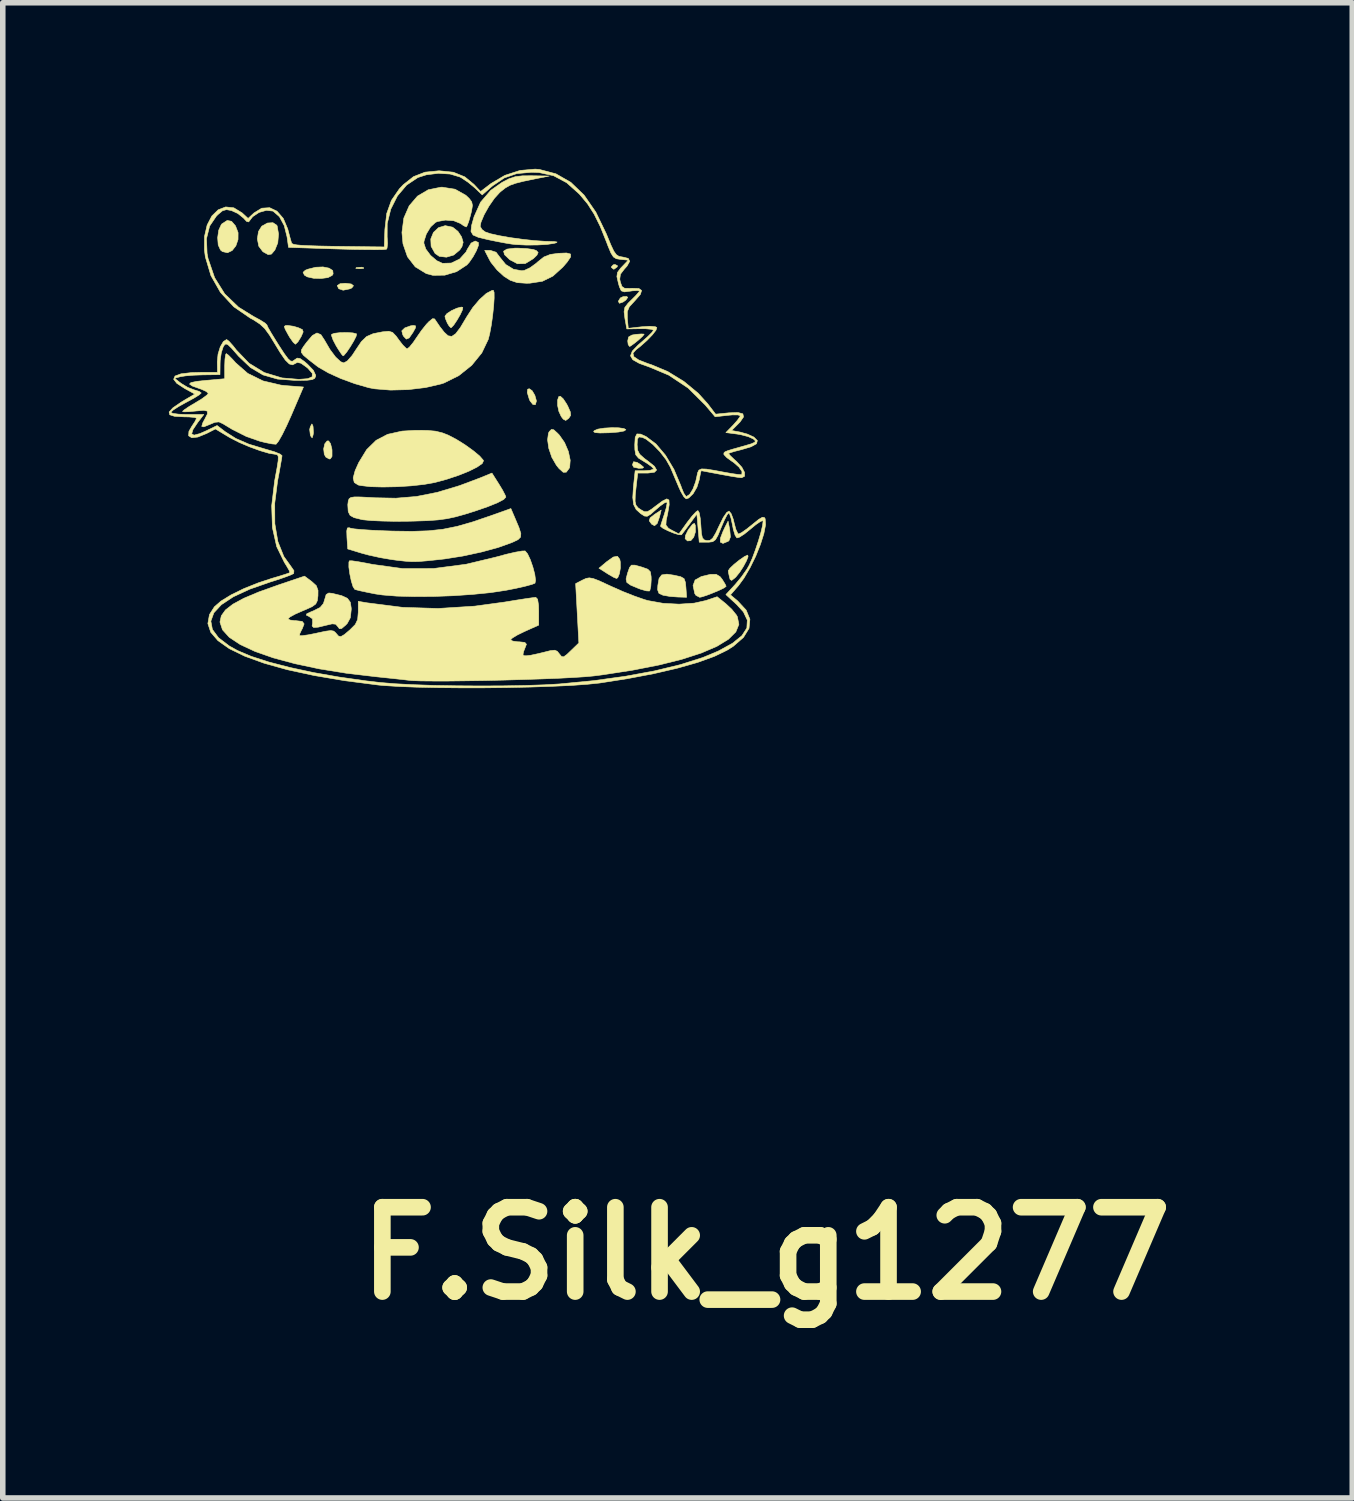
<source format=kicad_pcb>
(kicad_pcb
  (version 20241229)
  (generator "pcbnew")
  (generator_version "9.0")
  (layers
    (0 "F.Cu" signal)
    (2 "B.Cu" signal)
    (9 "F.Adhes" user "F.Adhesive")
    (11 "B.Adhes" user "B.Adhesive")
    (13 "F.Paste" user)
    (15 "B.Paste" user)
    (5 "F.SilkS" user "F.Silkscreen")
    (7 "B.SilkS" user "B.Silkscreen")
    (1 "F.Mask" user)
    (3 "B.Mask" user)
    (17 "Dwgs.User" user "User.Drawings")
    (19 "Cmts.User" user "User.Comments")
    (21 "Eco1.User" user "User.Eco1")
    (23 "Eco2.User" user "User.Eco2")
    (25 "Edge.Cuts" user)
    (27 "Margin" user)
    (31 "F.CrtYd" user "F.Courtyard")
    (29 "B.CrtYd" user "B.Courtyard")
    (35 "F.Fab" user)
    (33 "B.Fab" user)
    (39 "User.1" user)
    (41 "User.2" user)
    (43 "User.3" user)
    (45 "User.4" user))
  (footprint "F.Silk_g1277"
    (layer "F.Cu")
    (at 10.788 19.593)
    (property "Reference" "F.Silk_g1277" (at 0 0 0) (layer "F.SilkS") (effects (font (size 1.524 1.524) (thickness 0.3))))
    (attr through_hole)
    (fp_poly (pts (xy -7.27 -17.808) (xy -7.269 -17.794) (xy -7.335 -17.788) (xy -7.345 -17.788) (xy -7.41 -17.794) (xy -7.404 -17.807) (xy -7.397 -17.809) (xy -7.305 -17.816) (xy -7.27 -17.808)) (stroke (width 0.01) (type solid)) (fill yes) (layer "F.SilkS"))
    (fp_poly (pts (xy -2.684 -17.844) (xy -2.688 -17.822) (xy -2.742 -17.782) (xy -2.754 -17.78) (xy -2.793 -17.812) (xy -2.794 -17.822) (xy -2.76 -17.859) (xy -2.728 -17.865) (xy -2.684 -17.844)) (stroke (width 0.01) (type solid)) (fill yes) (layer "F.SilkS"))
    (fp_poly (pts (xy -2.329 -14.29) (xy -2.262 -14.247) (xy -2.21 -14.202) (xy -2.228 -14.186) (xy -2.297 -14.183) (xy -2.39 -14.202) (xy -2.413 -14.245) (xy -2.393 -14.302) (xy -2.329 -14.29)) (stroke (width 0.01) (type solid)) (fill yes) (layer "F.SilkS"))
    (fp_poly (pts (xy -7.493 -17.513) (xy -7.452 -17.481) (xy -7.483 -17.441) (xy -7.518 -17.425) (xy -7.639 -17.4) (xy -7.719 -17.427) (xy -7.746 -17.484) (xy -7.694 -17.518) (xy -7.599 -17.526) (xy -7.493 -17.513)) (stroke (width 0.01) (type solid)) (fill yes) (layer "F.SilkS"))
    (fp_poly (pts (xy -2.498 -17.27) (xy -2.531 -17.223) (xy -2.582 -17.187) (xy -2.648 -17.164) (xy -2.667 -17.197) (xy -2.667 -17.202) (xy -2.632 -17.26) (xy -2.582 -17.284) (xy -2.515 -17.287) (xy -2.498 -17.27)) (stroke (width 0.01) (type solid)) (fill yes) (layer "F.SilkS"))
    (fp_poly (pts (xy -1.923 -13.308) (xy -1.965 -13.187) (xy -2.013 -13.146) (xy -2.066 -13.174) (xy -2.11 -13.235) (xy -2.093 -13.288) (xy -2.007 -13.355) (xy -2.005 -13.356) (xy -1.893 -13.429) (xy -1.923 -13.308)) (stroke (width 0.01) (type solid)) (fill yes) (layer "F.SilkS"))
    (fp_poly (pts (xy -8.188 -14.958) (xy -8.182 -14.933) (xy -8.176 -14.825) (xy -8.182 -14.785) (xy -8.199 -14.733) (xy -8.221 -14.76) (xy -8.232 -14.785) (xy -8.244 -14.886) (xy -8.232 -14.933) (xy -8.204 -14.985) (xy -8.188 -14.958)) (stroke (width 0.01) (type solid)) (fill yes) (layer "F.SilkS"))
    (fp_poly (pts (xy -0.654 -13.066) (xy -0.643 -12.942) (xy -0.669 -12.876) (xy -0.682 -12.865) (xy -0.777 -12.826) (xy -0.826 -12.85) (xy -0.823 -12.922) (xy -0.78 -13.035) (xy -0.739 -13.123) (xy -0.685 -13.229) (xy -0.654 -13.066)) (stroke (width 0.01) (type solid)) (fill yes) (layer "F.SilkS"))
    (fp_poly (pts (xy -4.225 -15.585) (xy -4.176 -15.502) (xy -4.149 -15.407) (xy -4.149 -15.391) (xy -4.168 -15.331) (xy -4.212 -15.337) (xy -4.263 -15.401) (xy -4.277 -15.433) (xy -4.313 -15.553) (xy -4.306 -15.611) (xy -4.277 -15.621) (xy -4.225 -15.585)) (stroke (width 0.01) (type solid)) (fill yes) (layer "F.SilkS"))
    (fp_poly (pts (xy -1.277 -13.151) (xy -1.275 -13.034) (xy -1.306 -12.937) (xy -1.358 -12.877) (xy -1.418 -12.871) (xy -1.461 -12.912) (xy -1.455 -12.97) (xy -1.409 -13.063) (xy -1.39 -13.091) (xy -1.326 -13.173) (xy -1.292 -13.188) (xy -1.277 -13.151)) (stroke (width 0.01) (type solid)) (fill yes) (layer "F.SilkS"))
    (fp_poly (pts (xy -7.867 -14.629) (xy -7.842 -14.53) (xy -7.84 -14.506) (xy -7.84 -14.398) (xy -7.87 -14.354) (xy -7.89 -14.351) (xy -7.952 -14.386) (xy -7.98 -14.436) (xy -7.991 -14.535) (xy -7.971 -14.625) (xy -7.929 -14.677) (xy -7.902 -14.678) (xy -7.867 -14.629)) (stroke (width 0.01) (type solid)) (fill yes) (layer "F.SilkS"))
    (fp_poly (pts (xy -6.33 -16.756) (xy -6.333 -16.719) (xy -6.378 -16.637) (xy -6.446 -16.539) (xy -6.498 -16.517) (xy -6.547 -16.568) (xy -6.561 -16.593) (xy -6.58 -16.666) (xy -6.528 -16.717) (xy -6.523 -16.72) (xy -6.424 -16.756) (xy -6.372 -16.764) (xy -6.33 -16.756)) (stroke (width 0.01) (type solid)) (fill yes) (layer "F.SilkS"))
    (fp_poly (pts (xy -2.642 -12.54) (xy -2.632 -12.491) (xy -2.63 -12.385) (xy -2.648 -12.28) (xy -2.678 -12.207) (xy -2.7 -12.193) (xy -2.752 -12.214) (xy -2.844 -12.267) (xy -2.874 -12.286) (xy -3.018 -12.378) (xy -2.876 -12.497) (xy -2.759 -12.58) (xy -2.684 -12.594) (xy -2.642 -12.54)) (stroke (width 0.01) (type solid)) (fill yes) (layer "F.SilkS"))
    (fp_poly (pts (xy -2.203 -16.607) (xy -2.201 -16.605) (xy -2.231 -16.567) (xy -2.301 -16.503) (xy -2.383 -16.437) (xy -2.448 -16.391) (xy -2.466 -16.384) (xy -2.49 -16.419) (xy -2.498 -16.484) (xy -2.483 -16.555) (xy -2.423 -16.59) (xy -2.349 -16.603) (xy -2.252 -16.61) (xy -2.203 -16.607)) (stroke (width 0.01) (type solid)) (fill yes) (layer "F.SilkS"))
    (fp_poly (pts (xy -7.894 -17.799) (xy -7.827 -17.756) (xy -7.82 -17.695) (xy -7.838 -17.667) (xy -7.914 -17.628) (xy -8.038 -17.612) (xy -8.174 -17.616) (xy -8.289 -17.642) (xy -8.339 -17.673) (xy -8.363 -17.724) (xy -8.322 -17.761) (xy -8.278 -17.779) (xy -8.136 -17.815) (xy -8.003 -17.821) (xy -7.894 -17.799)) (stroke (width 0.01) (type solid)) (fill yes) (layer "F.SilkS"))
    (fp_poly (pts (xy -4.327 -18.153) (xy -4.205 -18.136) (xy -4.149 -18.117) (xy -4.116 -18.081) (xy -4.139 -18.033) (xy -4.204 -17.97) (xy -4.348 -17.882) (xy -4.49 -17.878) (xy -4.63 -17.952) (xy -4.724 -18.042) (xy -4.741 -18.105) (xy -4.68 -18.143) (xy -4.539 -18.16) (xy -4.477 -18.16) (xy -4.327 -18.153)) (stroke (width 0.01) (type solid)) (fill yes) (layer "F.SilkS"))
    (fp_poly (pts (xy -2.661 -14.915) (xy -2.565 -14.901) (xy -2.531 -14.88) (xy -2.564 -14.857) (xy -2.666 -14.838) (xy -2.822 -14.826) (xy -2.836 -14.825) (xy -2.999 -14.821) (xy -3.088 -14.828) (xy -3.114 -14.845) (xy -3.103 -14.863) (xy -3.038 -14.891) (xy -2.924 -14.909) (xy -2.79 -14.917) (xy -2.661 -14.915)) (stroke (width 0.01) (type solid)) (fill yes) (layer "F.SilkS"))
    (fp_poly (pts (xy -9.655 -18.645) (xy -9.584 -18.563) (xy -9.537 -18.441) (xy -9.538 -18.316) (xy -9.577 -18.202) (xy -9.644 -18.117) (xy -9.728 -18.077) (xy -9.82 -18.098) (xy -9.855 -18.127) (xy -9.896 -18.217) (xy -9.906 -18.349) (xy -9.887 -18.484) (xy -9.841 -18.585) (xy -9.829 -18.599) (xy -9.733 -18.661) (xy -9.655 -18.645)) (stroke (width 0.01) (type solid)) (fill yes) (layer "F.SilkS"))
    (fp_poly (pts (xy -5.661 -18.539) (xy -5.565 -18.463) (xy -5.5 -18.364) (xy -5.471 -18.266) (xy -5.493 -18.186) (xy -5.533 -18.127) (xy -5.641 -18.036) (xy -5.773 -17.997) (xy -5.902 -18.012) (xy -5.978 -18.064) (xy -6.05 -18.193) (xy -6.056 -18.326) (xy -6.008 -18.444) (xy -5.917 -18.53) (xy -5.795 -18.567) (xy -5.661 -18.539)) (stroke (width 0.01) (type solid)) (fill yes) (layer "F.SilkS"))
    (fp_poly (pts (xy -5.477 -17.09) (xy -5.484 -17.045) (xy -5.524 -16.959) (xy -5.582 -16.859) (xy -5.641 -16.771) (xy -5.686 -16.724) (xy -5.693 -16.722) (xy -5.725 -16.754) (xy -5.756 -16.804) (xy -5.792 -16.89) (xy -5.8 -16.931) (xy -5.765 -16.977) (xy -5.684 -17.03) (xy -5.586 -17.075) (xy -5.505 -17.096) (xy -5.477 -17.09)) (stroke (width 0.01) (type solid)) (fill yes) (layer "F.SilkS"))
    (fp_poly (pts (xy -3.664 -15.439) (xy -3.602 -15.345) (xy -3.582 -15.308) (xy -3.535 -15.202) (xy -3.529 -15.139) (xy -3.561 -15.09) (xy -3.567 -15.084) (xy -3.618 -15.047) (xy -3.663 -15.071) (xy -3.699 -15.118) (xy -3.742 -15.211) (xy -3.765 -15.319) (xy -3.765 -15.416) (xy -3.744 -15.478) (xy -3.715 -15.485) (xy -3.664 -15.439)) (stroke (width 0.01) (type solid)) (fill yes) (layer "F.SilkS"))
    (fp_poly (pts (xy -8.838 -18.574) (xy -8.831 -18.56) (xy -8.806 -18.415) (xy -8.82 -18.256) (xy -8.871 -18.129) (xy -8.871 -18.128) (xy -8.934 -18.053) (xy -8.993 -18.043) (xy -9.08 -18.091) (xy -9.092 -18.1) (xy -9.163 -18.195) (xy -9.189 -18.328) (xy -9.168 -18.463) (xy -9.109 -18.557) (xy -9.007 -18.614) (xy -8.907 -18.62) (xy -8.838 -18.574)) (stroke (width 0.01) (type solid)) (fill yes) (layer "F.SilkS"))
    (fp_poly (pts (xy -8.537 -16.749) (xy -8.447 -16.722) (xy -8.375 -16.689) (xy -8.361 -16.647) (xy -8.396 -16.566) (xy -8.403 -16.553) (xy -8.456 -16.467) (xy -8.499 -16.426) (xy -8.502 -16.425) (xy -8.541 -16.459) (xy -8.601 -16.544) (xy -8.631 -16.595) (xy -8.687 -16.698) (xy -8.702 -16.747) (xy -8.677 -16.763) (xy -8.641 -16.764) (xy -8.537 -16.749)) (stroke (width 0.01) (type solid)) (fill yes) (layer "F.SilkS"))
    (fp_poly (pts (xy -1.663 -12.252) (xy -1.542 -12.225) (xy -1.48 -12.19) (xy -1.456 -12.123) (xy -1.447 -12.033) (xy -1.434 -11.853) (xy -1.596 -11.858) (xy -1.734 -11.868) (xy -1.854 -11.889) (xy -1.863 -11.891) (xy -1.934 -11.924) (xy -1.958 -11.987) (xy -1.954 -12.067) (xy -1.932 -12.193) (xy -1.884 -12.257) (xy -1.79 -12.271) (xy -1.663 -12.252)) (stroke (width 0.01) (type solid)) (fill yes) (layer "F.SilkS"))
    (fp_poly (pts (xy -0.324 -12.585) (xy -0.355 -12.508) (xy -0.41 -12.406) (xy -0.477 -12.303) (xy -0.544 -12.22) (xy -0.561 -12.204) (xy -0.62 -12.158) (xy -0.648 -12.174) (xy -0.66 -12.216) (xy -0.678 -12.3) (xy -0.682 -12.332) (xy -0.651 -12.378) (xy -0.575 -12.45) (xy -0.479 -12.527) (xy -0.389 -12.589) (xy -0.331 -12.615) (xy -0.33 -12.615) (xy -0.324 -12.585)) (stroke (width 0.01) (type solid)) (fill yes) (layer "F.SilkS"))
    (fp_poly (pts (xy -7.462 -16.629) (xy -7.398 -16.612) (xy -7.396 -16.61) (xy -7.405 -16.567) (xy -7.448 -16.482) (xy -7.51 -16.379) (xy -7.574 -16.284) (xy -7.625 -16.223) (xy -7.641 -16.214) (xy -7.67 -16.247) (xy -7.726 -16.331) (xy -7.763 -16.391) (xy -7.821 -16.501) (xy -7.849 -16.581) (xy -7.848 -16.603) (xy -7.797 -16.622) (xy -7.693 -16.634) (xy -7.571 -16.636) (xy -7.462 -16.629)) (stroke (width 0.01) (type solid)) (fill yes) (layer "F.SilkS"))
    (fp_poly (pts (xy -3.834 -14.879) (xy -3.767 -14.818) (xy -3.735 -14.785) (xy -3.639 -14.648) (xy -3.57 -14.487) (xy -3.537 -14.329) (xy -3.547 -14.202) (xy -3.557 -14.181) (xy -3.608 -14.113) (xy -3.663 -14.111) (xy -3.738 -14.178) (xy -3.787 -14.239) (xy -3.869 -14.381) (xy -3.924 -14.543) (xy -3.946 -14.698) (xy -3.93 -14.819) (xy -3.915 -14.847) (xy -3.876 -14.886) (xy -3.834 -14.879)) (stroke (width 0.01) (type solid)) (fill yes) (layer "F.SilkS"))
    (fp_poly (pts (xy -0.899 -12.267) (xy -0.83 -12.226) (xy -0.788 -12.172) (xy -0.739 -12.092) (xy -0.72 -12.051) (xy -0.755 -12.024) (xy -0.845 -11.98) (xy -0.961 -11.931) (xy -1.078 -11.886) (xy -1.169 -11.858) (xy -1.199 -11.853) (xy -1.266 -11.888) (xy -1.287 -11.92) (xy -1.318 -12.065) (xy -1.281 -12.165) (xy -1.17 -12.227) (xy -1.154 -12.232) (xy -0.999 -12.268) (xy -0.899 -12.267)) (stroke (width 0.01) (type solid)) (fill yes) (layer "F.SilkS"))
    (fp_poly (pts (xy -2.254 -12.402) (xy -2.238 -12.397) (xy -2.135 -12.36) (xy -2.088 -12.312) (xy -2.075 -12.223) (xy -2.074 -12.167) (xy -2.081 -12.051) (xy -2.098 -11.977) (xy -2.106 -11.966) (xy -2.161 -11.969) (xy -2.264 -11.998) (xy -2.314 -12.017) (xy -2.447 -12.073) (xy -2.514 -12.121) (xy -2.528 -12.183) (xy -2.504 -12.278) (xy -2.499 -12.295) (xy -2.465 -12.391) (xy -2.431 -12.434) (xy -2.369 -12.434) (xy -2.254 -12.402)) (stroke (width 0.01) (type solid)) (fill yes) (layer "F.SilkS"))
    (fp_poly (pts (xy -4.876 -18.086) (xy -4.805 -17.992) (xy -4.702 -17.865) (xy -4.562 -17.779) (xy -4.414 -17.752) (xy -4.366 -17.758) (xy -4.265 -17.805) (xy -4.15 -17.888) (xy -4.118 -17.917) (xy -4.012 -18.001) (xy -3.896 -18.047) (xy -3.748 -18.067) (xy -3.603 -18.073) (xy -3.531 -18.054) (xy -3.529 -18.002) (xy -3.593 -17.907) (xy -3.672 -17.816) (xy -3.85 -17.655) (xy -4.039 -17.562) (xy -4.267 -17.527) (xy -4.331 -17.526) (xy -4.494 -17.537) (xy -4.621 -17.58) (xy -4.734 -17.652) (xy -4.859 -17.766) (xy -4.967 -17.901) (xy -4.995 -17.949) (xy -5.082 -18.119) (xy -4.976 -18.119) (xy -4.876 -18.086)) (stroke (width 0.01) (type solid)) (fill yes) (layer "F.SilkS"))
    (fp_poly (pts (xy -7.836 -11.924) (xy -7.665 -11.882) (xy -7.561 -11.833) (xy -7.509 -11.763) (xy -7.493 -11.657) (xy -7.493 -11.629) (xy -7.509 -11.483) (xy -7.565 -11.38) (xy -7.595 -11.349) (xy -7.667 -11.288) (xy -7.707 -11.285) (xy -7.736 -11.324) (xy -7.774 -11.367) (xy -7.838 -11.373) (xy -7.941 -11.349) (xy -8.09 -11.313) (xy -8.172 -11.307) (xy -8.2 -11.335) (xy -8.191 -11.388) (xy -8.193 -11.464) (xy -8.256 -11.507) (xy -8.305 -11.531) (xy -8.296 -11.555) (xy -8.219 -11.591) (xy -8.174 -11.609) (xy -8.055 -11.669) (xy -7.995 -11.741) (xy -7.973 -11.812) (xy -7.946 -11.903) (xy -7.898 -11.931) (xy -7.836 -11.924)) (stroke (width 0.01) (type solid)) (fill yes) (layer "F.SilkS"))
    (fp_poly (pts (xy -6.126 -14.868) (xy -5.971 -14.854) (xy -5.845 -14.823) (xy -5.74 -14.782) (xy -5.593 -14.705) (xy -5.436 -14.607) (xy -5.29 -14.502) (xy -5.173 -14.405) (xy -5.108 -14.33) (xy -5.103 -14.32) (xy -5.126 -14.27) (xy -5.218 -14.206) (xy -5.363 -14.133) (xy -5.549 -14.058) (xy -5.761 -13.987) (xy -5.981 -13.927) (xy -6.176 -13.892) (xy -6.413 -13.866) (xy -6.67 -13.85) (xy -6.922 -13.845) (xy -7.146 -13.851) (xy -7.318 -13.871) (xy -7.366 -13.881) (xy -7.438 -13.926) (xy -7.458 -14.009) (xy -7.423 -14.14) (xy -7.357 -14.287) (xy -7.214 -14.521) (xy -7.044 -14.688) (xy -6.836 -14.797) (xy -6.575 -14.855) (xy -6.336 -14.869) (xy -6.126 -14.868)) (stroke (width 0.01) (type solid)) (fill yes) (layer "F.SilkS"))
    (fp_poly (pts (xy -4.825 -13.898) (xy -4.755 -13.782) (xy -4.71 -13.694) (xy -4.699 -13.663) (xy -4.739 -13.62) (xy -4.851 -13.561) (xy -5.027 -13.49) (xy -5.258 -13.41) (xy -5.44 -13.353) (xy -5.609 -13.306) (xy -5.762 -13.273) (xy -5.924 -13.251) (xy -6.117 -13.237) (xy -6.363 -13.229) (xy -6.456 -13.227) (xy -6.7 -13.225) (xy -6.933 -13.23) (xy -7.133 -13.239) (xy -7.278 -13.253) (xy -7.309 -13.259) (xy -7.442 -13.292) (xy -7.513 -13.332) (xy -7.544 -13.393) (xy -7.548 -13.408) (xy -7.555 -13.525) (xy -7.546 -13.596) (xy -7.531 -13.633) (xy -7.499 -13.656) (xy -7.435 -13.666) (xy -7.324 -13.665) (xy -7.148 -13.656) (xy -7.074 -13.651) (xy -6.686 -13.643) (xy -6.315 -13.674) (xy -5.938 -13.749) (xy -5.536 -13.87) (xy -5.174 -14.006) (xy -4.951 -14.097) (xy -4.825 -13.898)) (stroke (width 0.01) (type solid)) (fill yes) (layer "F.SilkS"))
    (fp_poly (pts (xy -4.533 -13.279) (xy -4.463 -13.113) (xy -4.429 -13.006) (xy -4.434 -12.94) (xy -4.48 -12.894) (xy -4.57 -12.851) (xy -4.603 -12.837) (xy -4.844 -12.751) (xy -5.143 -12.67) (xy -5.472 -12.599) (xy -5.804 -12.546) (xy -5.927 -12.532) (xy -6.132 -12.511) (xy -6.28 -12.499) (xy -6.4 -12.497) (xy -6.519 -12.505) (xy -6.664 -12.521) (xy -6.773 -12.536) (xy -6.972 -12.57) (xy -7.185 -12.617) (xy -7.303 -12.649) (xy -7.556 -12.726) (xy -7.57 -12.93) (xy -7.574 -13.051) (xy -7.563 -13.105) (xy -7.53 -13.11) (xy -7.506 -13.101) (xy -7.439 -13.089) (xy -7.304 -13.076) (xy -7.116 -13.064) (xy -6.893 -13.054) (xy -6.745 -13.049) (xy -6.393 -13.044) (xy -6.099 -13.054) (xy -5.837 -13.082) (xy -5.581 -13.134) (xy -5.305 -13.213) (xy -5.003 -13.316) (xy -4.609 -13.456) (xy -4.533 -13.279)) (stroke (width 0.01) (type solid)) (fill yes) (layer "F.SilkS"))
    (fp_poly (pts (xy -4.308 -12.639) (xy -4.258 -12.533) (xy -4.212 -12.401) (xy -4.177 -12.268) (xy -4.163 -12.161) (xy -4.173 -12.108) (xy -4.228 -12.086) (xy -4.349 -12.053) (xy -4.516 -12.015) (xy -4.699 -11.979) (xy -4.977 -11.937) (xy -5.301 -11.905) (xy -5.652 -11.881) (xy -6.01 -11.868) (xy -6.355 -11.866) (xy -6.669 -11.874) (xy -6.93 -11.895) (xy -7.061 -11.914) (xy -7.22 -11.946) (xy -7.35 -11.974) (xy -7.425 -11.994) (xy -7.428 -11.995) (xy -7.46 -12.044) (xy -7.492 -12.147) (xy -7.519 -12.276) (xy -7.536 -12.399) (xy -7.535 -12.488) (xy -7.526 -12.512) (xy -7.479 -12.512) (xy -7.369 -12.496) (xy -7.213 -12.468) (xy -7.108 -12.447) (xy -6.567 -12.372) (xy -6.005 -12.373) (xy -5.417 -12.45) (xy -4.884 -12.578) (xy -4.692 -12.63) (xy -4.527 -12.668) (xy -4.407 -12.689) (xy -4.352 -12.69) (xy -4.308 -12.639)) (stroke (width 0.01) (type solid)) (fill yes) (layer "F.SilkS"))
    (fp_poly (pts (xy -3.916 -19.463) (xy -4.17 -19.412) (xy -4.378 -19.369) (xy -4.524 -19.332) (xy -4.627 -19.295) (xy -4.709 -19.248) (xy -4.789 -19.185) (xy -4.811 -19.166) (xy -4.907 -19.06) (xy -5.006 -18.917) (xy -5.092 -18.764) (xy -5.149 -18.628) (xy -5.164 -18.554) (xy -5.131 -18.497) (xy -5.072 -18.453) (xy -4.978 -18.421) (xy -4.821 -18.386) (xy -4.623 -18.351) (xy -4.405 -18.321) (xy -4.189 -18.297) (xy -3.997 -18.284) (xy -3.958 -18.283) (xy -3.827 -18.279) (xy -3.774 -18.271) (xy -3.791 -18.257) (xy -3.831 -18.246) (xy -3.958 -18.227) (xy -4.136 -18.217) (xy -4.335 -18.216) (xy -4.521 -18.225) (xy -4.593 -18.233) (xy -4.698 -18.25) (xy -4.853 -18.279) (xy -5.024 -18.314) (xy -5.027 -18.315) (xy -5.195 -18.355) (xy -5.292 -18.397) (xy -5.33 -18.462) (xy -5.319 -18.569) (xy -5.274 -18.728) (xy -5.156 -18.991) (xy -4.972 -19.205) (xy -4.77 -19.347) (xy -4.642 -19.414) (xy -4.529 -19.451) (xy -4.398 -19.467) (xy -4.233 -19.468) (xy -3.916 -19.463)) (stroke (width 0.01) (type solid)) (fill yes) (layer "F.SilkS"))
    (fp_poly (pts (xy -5.616 -19.224) (xy -5.422 -19.115) (xy -5.361 -19.057) (xy -5.317 -18.997) (xy -5.303 -18.932) (xy -5.319 -18.832) (xy -5.338 -18.756) (xy -5.372 -18.636) (xy -5.403 -18.559) (xy -5.416 -18.543) (xy -5.465 -18.567) (xy -5.522 -18.607) (xy -5.64 -18.655) (xy -5.792 -18.667) (xy -5.936 -18.641) (xy -5.971 -18.625) (xy -6.059 -18.544) (xy -6.136 -18.417) (xy -6.178 -18.286) (xy -6.181 -18.251) (xy -6.146 -18.144) (xy -6.06 -18.029) (xy -5.947 -17.933) (xy -5.844 -17.886) (xy -5.685 -17.891) (xy -5.534 -17.964) (xy -5.419 -18.091) (xy -5.394 -18.143) (xy -5.327 -18.252) (xy -5.253 -18.289) (xy -5.195 -18.262) (xy -5.195 -18.209) (xy -5.232 -18.114) (xy -5.292 -18.004) (xy -5.362 -17.903) (xy -5.405 -17.856) (xy -5.589 -17.736) (xy -5.803 -17.672) (xy -6.017 -17.669) (xy -6.138 -17.701) (xy -6.336 -17.822) (xy -6.477 -18.004) (xy -6.558 -18.238) (xy -6.577 -18.444) (xy -6.543 -18.703) (xy -6.446 -18.925) (xy -6.296 -19.1) (xy -6.102 -19.215) (xy -5.874 -19.261) (xy -5.851 -19.262) (xy -5.616 -19.224)) (stroke (width 0.01) (type solid)) (fill yes) (layer "F.SilkS"))
    (fp_poly (pts (xy -9.71 -16.226) (xy -9.636 -16.151) (xy -9.581 -16.089) (xy -9.363 -15.898) (xy -9.087 -15.762) (xy -8.764 -15.686) (xy -8.669 -15.676) (xy -8.356 -15.652) (xy -8.576 -15.139) (xy -8.662 -14.948) (xy -8.741 -14.788) (xy -8.806 -14.674) (xy -8.849 -14.62) (xy -8.854 -14.618) (xy -8.924 -14.624) (xy -9.045 -14.648) (xy -9.142 -14.672) (xy -9.384 -14.756) (xy -9.639 -14.884) (xy -9.809 -14.987) (xy -9.882 -15.021) (xy -9.957 -15.014) (xy -10.052 -14.974) (xy -10.156 -14.932) (xy -10.194 -14.94) (xy -10.174 -15.006) (xy -10.139 -15.071) (xy -10.091 -15.165) (xy -10.093 -15.216) (xy -10.156 -15.23) (xy -10.289 -15.219) (xy -10.308 -15.217) (xy -10.435 -15.205) (xy -10.52 -15.204) (xy -10.541 -15.211) (xy -10.507 -15.242) (xy -10.419 -15.301) (xy -10.308 -15.367) (xy -10.187 -15.441) (xy -10.103 -15.503) (xy -10.075 -15.536) (xy -10.112 -15.571) (xy -10.202 -15.612) (xy -10.234 -15.623) (xy -10.363 -15.669) (xy -10.415 -15.705) (xy -10.388 -15.732) (xy -10.281 -15.754) (xy -10.123 -15.771) (xy -9.779 -15.801) (xy -9.779 -16.029) (xy -9.774 -16.154) (xy -9.762 -16.237) (xy -9.751 -16.256) (xy -9.71 -16.226)) (stroke (width 0.01) (type solid)) (fill yes) (layer "F.SilkS"))
    (fp_poly (pts (xy -4.912 -17.361) (xy -4.911 -17.259) (xy -4.92 -17.114) (xy -4.938 -16.945) (xy -4.962 -16.772) (xy -4.991 -16.616) (xy -5.017 -16.513) (xy -5.134 -16.268) (xy -5.317 -16.043) (xy -5.55 -15.857) (xy -5.815 -15.725) (xy -5.866 -15.708) (xy -6.15 -15.642) (xy -6.466 -15.604) (xy -6.784 -15.596) (xy -7.069 -15.619) (xy -7.176 -15.639) (xy -7.426 -15.711) (xy -7.678 -15.803) (xy -7.907 -15.907) (xy -8.085 -16.01) (xy -8.123 -16.038) (xy -8.268 -16.151) (xy -8.356 -16.225) (xy -8.395 -16.278) (xy -8.391 -16.326) (xy -8.352 -16.388) (xy -8.299 -16.459) (xy -8.195 -16.582) (xy -8.112 -16.628) (xy -8.041 -16.598) (xy -7.976 -16.499) (xy -7.877 -16.329) (xy -7.775 -16.193) (xy -7.683 -16.108) (xy -7.627 -16.087) (xy -7.563 -16.123) (xy -7.477 -16.221) (xy -7.41 -16.323) (xy -7.31 -16.472) (xy -7.216 -16.563) (xy -7.097 -16.615) (xy -6.925 -16.649) (xy -6.921 -16.649) (xy -6.815 -16.659) (xy -6.746 -16.638) (xy -6.681 -16.57) (xy -6.636 -16.507) (xy -6.561 -16.41) (xy -6.5 -16.35) (xy -6.482 -16.341) (xy -6.44 -16.374) (xy -6.371 -16.459) (xy -6.312 -16.546) (xy -6.222 -16.676) (xy -6.134 -16.786) (xy -6.09 -16.832) (xy -6.024 -16.886) (xy -5.987 -16.882) (xy -5.953 -16.832) (xy -5.892 -16.742) (xy -5.813 -16.641) (xy -5.743 -16.577) (xy -5.677 -16.566) (xy -5.606 -16.614) (xy -5.52 -16.728) (xy -5.41 -16.913) (xy -5.409 -16.915) (xy -5.298 -17.086) (xy -5.174 -17.233) (xy -5.053 -17.342) (xy -4.95 -17.396) (xy -4.926 -17.399) (xy -4.912 -17.361)) (stroke (width 0.01) (type solid)) (fill yes) (layer "F.SilkS"))
    (fp_poly (pts (xy -8.209 -12.14) (xy -8.124 -12.063) (xy -8.093 -11.978) (xy -8.094 -11.881) (xy -8.105 -11.792) (xy -8.134 -11.732) (xy -8.199 -11.684) (xy -8.318 -11.63) (xy -8.371 -11.608) (xy -8.505 -11.549) (xy -8.6 -11.497) (xy -8.636 -11.465) (xy -8.636 -11.465) (xy -8.599 -11.442) (xy -8.507 -11.43) (xy -8.488 -11.43) (xy -8.378 -11.417) (xy -8.344 -11.372) (xy -8.379 -11.282) (xy -8.391 -11.262) (xy -8.424 -11.191) (xy -8.423 -11.16) (xy -8.375 -11.16) (xy -8.267 -11.175) (xy -8.122 -11.204) (xy -8.111 -11.207) (xy -7.956 -11.24) (xy -7.862 -11.252) (xy -7.809 -11.242) (xy -7.774 -11.212) (xy -7.767 -11.203) (xy -7.723 -11.152) (xy -7.68 -11.143) (xy -7.616 -11.18) (xy -7.516 -11.265) (xy -7.42 -11.361) (xy -7.377 -11.452) (xy -7.366 -11.58) (xy -7.366 -11.588) (xy -7.366 -11.78) (xy -7.207 -11.753) (xy -6.564 -11.671) (xy -5.923 -11.651) (xy -5.262 -11.693) (xy -4.72 -11.767) (xy -4.519 -11.8) (xy -4.346 -11.827) (xy -4.22 -11.845) (xy -4.159 -11.852) (xy -4.159 -11.852) (xy -4.126 -11.818) (xy -4.109 -11.709) (xy -4.106 -11.602) (xy -4.106 -11.35) (xy -4.36 -11.236) (xy -4.49 -11.173) (xy -4.581 -11.118) (xy -4.614 -11.086) (xy -4.577 -11.062) (xy -4.485 -11.049) (xy -4.462 -11.049) (xy -4.357 -11.038) (xy -4.328 -11.005) (xy -4.331 -10.996) (xy -4.377 -10.878) (xy -4.391 -10.819) (xy -4.374 -10.798) (xy -4.333 -10.796) (xy -4.249 -10.806) (xy -4.119 -10.834) (xy -4.024 -10.857) (xy -3.892 -10.89) (xy -3.816 -10.897) (xy -3.77 -10.877) (xy -3.734 -10.832) (xy -3.694 -10.783) (xy -3.656 -10.777) (xy -3.597 -10.82) (xy -3.527 -10.887) (xy -3.381 -11.028) (xy -3.41 -11.564) (xy -3.439 -12.1) (xy -3.311 -12.166) (xy -3.25 -12.194) (xy -3.193 -12.204) (xy -3.122 -12.192) (xy -3.019 -12.153) (xy -2.865 -12.082) (xy -2.787 -12.046) (xy -2.586 -11.957) (xy -2.378 -11.875) (xy -2.198 -11.812) (xy -2.132 -11.793) (xy -1.859 -11.744) (xy -1.57 -11.729) (xy -1.298 -11.747) (xy -1.084 -11.795) (xy -0.883 -11.863) (xy -0.727 -11.738) (xy -0.619 -11.637) (xy -0.535 -11.533) (xy -0.517 -11.501) (xy -0.49 -11.363) (xy -0.545 -11.227) (xy -0.679 -11.094) (xy -0.887 -10.967) (xy -1.169 -10.846) (xy -1.519 -10.733) (xy -1.936 -10.629) (xy -2.416 -10.535) (xy -2.955 -10.452) (xy -3.111 -10.432) (xy -3.262 -10.418) (xy -3.478 -10.404) (xy -3.747 -10.39) (xy -4.054 -10.378) (xy -4.388 -10.367) (xy -4.736 -10.357) (xy -5.085 -10.349) (xy -5.422 -10.344) (xy -5.733 -10.34) (xy -6.008 -10.34) (xy -6.231 -10.342) (xy -6.392 -10.348) (xy -6.456 -10.354) (xy -6.55 -10.365) (xy -6.705 -10.382) (xy -6.896 -10.402) (xy -7.048 -10.418) (xy -7.581 -10.481) (xy -8.071 -10.56) (xy -8.513 -10.654) (xy -8.902 -10.759) (xy -9.232 -10.875) (xy -9.498 -10.999) (xy -9.696 -11.13) (xy -9.819 -11.266) (xy -9.864 -11.404) (xy -9.864 -11.409) (xy -9.84 -11.519) (xy -9.765 -11.624) (xy -9.631 -11.728) (xy -9.434 -11.835) (xy -9.166 -11.948) (xy -8.822 -12.071) (xy -8.793 -12.081) (xy -8.337 -12.235) (xy -8.209 -12.14)) (stroke (width 0.01) (type solid)) (fill yes) (layer "F.SilkS"))
    (fp_poly (pts (xy -4.094 -19.582) (xy -3.795 -19.503) (xy -3.526 -19.349) (xy -3.287 -19.119) (xy -3.074 -18.811) (xy -2.887 -18.423) (xy -2.876 -18.397) (xy -2.803 -18.22) (xy -2.75 -18.107) (xy -2.704 -18.042) (xy -2.656 -18.012) (xy -2.593 -18) (xy -2.589 -18) (xy -2.488 -17.975) (xy -2.462 -17.923) (xy -2.51 -17.837) (xy -2.56 -17.781) (xy -2.63 -17.689) (xy -2.642 -17.6) (xy -2.631 -17.547) (xy -2.603 -17.468) (xy -2.555 -17.435) (xy -2.459 -17.433) (xy -2.421 -17.435) (xy -2.296 -17.431) (xy -2.247 -17.395) (xy -2.271 -17.322) (xy -2.369 -17.21) (xy -2.382 -17.196) (xy -2.47 -17.1) (xy -2.506 -17.013) (xy -2.505 -16.896) (xy -2.505 -16.887) (xy -2.488 -16.712) (xy -2.242 -16.74) (xy -2.099 -16.749) (xy -2.001 -16.741) (xy -1.972 -16.727) (xy -1.987 -16.679) (xy -2.052 -16.595) (xy -2.151 -16.492) (xy -2.268 -16.388) (xy -2.346 -16.327) (xy -2.403 -16.263) (xy -2.389 -16.201) (xy -2.298 -16.139) (xy -2.128 -16.073) (xy -2.069 -16.054) (xy -1.777 -15.932) (xy -1.486 -15.754) (xy -1.226 -15.54) (xy -1.053 -15.349) (xy -0.91 -15.161) (xy -0.673 -15.185) (xy -0.506 -15.191) (xy -0.418 -15.167) (xy -0.406 -15.111) (xy -0.469 -15.02) (xy -0.499 -14.989) (xy -0.622 -14.866) (xy -0.47 -14.838) (xy -0.336 -14.801) (xy -0.223 -14.749) (xy -0.219 -14.747) (xy -0.156 -14.684) (xy -0.172 -14.626) (xy -0.27 -14.572) (xy -0.444 -14.52) (xy -0.57 -14.488) (xy -0.655 -14.461) (xy -0.677 -14.449) (xy -0.648 -14.414) (xy -0.575 -14.344) (xy -0.529 -14.303) (xy -0.436 -14.202) (xy -0.387 -14.108) (xy -0.387 -14.039) (xy -0.441 -14.012) (xy -0.509 -14.02) (xy -0.635 -14.04) (xy -0.795 -14.069) (xy -0.832 -14.076) (xy -0.988 -14.105) (xy -1.106 -14.128) (xy -1.167 -14.139) (xy -1.171 -14.139) (xy -1.182 -14.102) (xy -1.2 -14.01) (xy -1.206 -13.975) (xy -1.248 -13.841) (xy -1.317 -13.723) (xy -1.396 -13.647) (xy -1.443 -13.631) (xy -1.483 -13.667) (xy -1.537 -13.759) (xy -1.571 -13.832) (xy -1.639 -13.992) (xy -1.707 -14.153) (xy -1.728 -14.203) (xy -1.805 -14.339) (xy -1.917 -14.484) (xy -2.044 -14.614) (xy -2.165 -14.709) (xy -2.235 -14.742) (xy -2.296 -14.749) (xy -2.323 -14.711) (xy -2.328 -14.61) (xy -2.328 -14.609) (xy -2.32 -14.511) (xy -2.282 -14.437) (xy -2.196 -14.36) (xy -2.136 -14.316) (xy -2.016 -14.22) (xy -1.976 -14.152) (xy -2.015 -14.112) (xy -2.133 -14.097) (xy -2.156 -14.097) (xy -2.317 -14.097) (xy -2.343 -13.875) (xy -2.362 -13.699) (xy -2.365 -13.586) (xy -2.349 -13.517) (xy -2.31 -13.469) (xy -2.266 -13.438) (xy -2.199 -13.4) (xy -2.143 -13.399) (xy -2.071 -13.442) (xy -1.995 -13.5) (xy -1.871 -13.592) (xy -1.792 -13.631) (xy -1.753 -13.61) (xy -1.749 -13.524) (xy -1.776 -13.366) (xy -1.803 -13.243) (xy -1.808 -13.158) (xy -1.762 -13.099) (xy -1.701 -13.064) (xy -1.573 -12.998) (xy -1.422 -13.209) (xy -1.336 -13.32) (xy -1.265 -13.396) (xy -1.23 -13.42) (xy -1.207 -13.381) (xy -1.188 -13.281) (xy -1.177 -13.155) (xy -1.167 -13.009) (xy -1.149 -12.927) (xy -1.116 -12.89) (xy -1.068 -12.877) (xy -1.013 -12.881) (xy -0.964 -12.92) (xy -0.91 -13.01) (xy -0.846 -13.145) (xy -0.772 -13.294) (xy -0.709 -13.386) (xy -0.667 -13.41) (xy -0.628 -13.361) (xy -0.59 -13.258) (xy -0.575 -13.194) (xy -0.544 -13.079) (xy -0.509 -13.007) (xy -0.493 -12.996) (xy -0.44 -13.022) (xy -0.346 -13.088) (xy -0.246 -13.168) (xy -0.132 -13.26) (xy -0.065 -13.299) (xy -0.028 -13.293) (xy -0.015 -13.271) (xy -0.008 -13.163) (xy -0.039 -13.002) (xy -0.101 -12.807) (xy -0.186 -12.595) (xy -0.288 -12.387) (xy -0.398 -12.199) (xy -0.497 -12.064) (xy -0.642 -11.896) (xy -0.51 -11.785) (xy -0.358 -11.621) (xy -0.291 -11.456) (xy -0.307 -11.291) (xy -0.407 -11.128) (xy -0.591 -10.968) (xy -0.703 -10.897) (xy -0.932 -10.786) (xy -1.236 -10.676) (xy -1.606 -10.571) (xy -2.033 -10.472) (xy -2.508 -10.382) (xy -3.006 -10.304) (xy -3.229 -10.281) (xy -3.523 -10.26) (xy -3.872 -10.244) (xy -4.261 -10.231) (xy -4.677 -10.222) (xy -5.105 -10.217) (xy -5.53 -10.217) (xy -5.938 -10.221) (xy -6.313 -10.229) (xy -6.642 -10.242) (xy -6.91 -10.259) (xy -7.006 -10.268) (xy -7.616 -10.347) (xy -8.165 -10.44) (xy -8.649 -10.545) (xy -9.067 -10.662) (xy -9.417 -10.789) (xy -9.696 -10.925) (xy -9.901 -11.07) (xy -10.031 -11.221) (xy -10.083 -11.378) (xy -10.054 -11.541) (xy -9.965 -11.681) (xy -9.847 -11.784) (xy -9.664 -11.896) (xy -9.434 -12.009) (xy -9.174 -12.113) (xy -8.932 -12.193) (xy -8.781 -12.238) (xy -8.665 -12.275) (xy -8.605 -12.296) (xy -8.601 -12.298) (xy -8.614 -12.338) (xy -8.663 -12.423) (xy -8.699 -12.48) (xy -8.84 -12.769) (xy -8.917 -13.112) (xy -8.93 -13.507) (xy -8.877 -13.953) (xy -8.869 -13.998) (xy -8.833 -14.193) (xy -8.813 -14.32) (xy -8.811 -14.392) (xy -8.825 -14.426) (xy -8.855 -14.435) (xy -8.864 -14.436) (xy -8.978 -14.454) (xy -9.141 -14.502) (xy -9.328 -14.57) (xy -9.515 -14.65) (xy -9.676 -14.732) (xy -9.704 -14.748) (xy -9.946 -14.894) (xy -10.104 -14.813) (xy -10.263 -14.748) (xy -10.374 -14.735) (xy -10.431 -14.771) (xy -10.425 -14.851) (xy -10.374 -14.94) (xy -10.316 -15.028) (xy -10.288 -15.084) (xy -10.287 -15.088) (xy -10.325 -15.102) (xy -10.424 -15.111) (xy -10.517 -15.113) (xy -10.684 -15.122) (xy -10.772 -15.15) (xy -10.781 -15.193) (xy -10.753 -15.193) (xy -10.714 -15.175) (xy -10.612 -15.161) (xy -10.468 -15.155) (xy -10.454 -15.155) (xy -10.156 -15.155) (xy -10.264 -15.014) (xy -10.352 -14.883) (xy -10.375 -14.806) (xy -10.333 -14.782) (xy -10.225 -14.811) (xy -10.103 -14.865) (xy -9.916 -14.956) (xy -9.771 -14.845) (xy -9.578 -14.722) (xy -9.341 -14.619) (xy -9.039 -14.528) (xy -9.017 -14.522) (xy -8.879 -14.481) (xy -8.78 -14.441) (xy -8.743 -14.412) (xy -8.743 -14.412) (xy -8.751 -14.356) (xy -8.772 -14.236) (xy -8.801 -14.073) (xy -8.823 -13.957) (xy -8.875 -13.551) (xy -8.873 -13.182) (xy -8.818 -12.859) (xy -8.711 -12.591) (xy -8.584 -12.414) (xy -8.528 -12.333) (xy -8.533 -12.282) (xy -8.589 -12.255) (xy -8.706 -12.211) (xy -8.863 -12.158) (xy -8.953 -12.13) (xy -9.328 -11.999) (xy -9.623 -11.862) (xy -9.839 -11.719) (xy -9.975 -11.572) (xy -10.029 -11.422) (xy -10.001 -11.272) (xy -9.89 -11.122) (xy -9.696 -10.974) (xy -9.546 -10.89) (xy -9.299 -10.786) (xy -8.98 -10.683) (xy -8.601 -10.585) (xy -8.174 -10.493) (xy -7.711 -10.412) (xy -7.225 -10.343) (xy -6.964 -10.313) (xy -6.701 -10.291) (xy -6.372 -10.274) (xy -5.994 -10.261) (xy -5.585 -10.254) (xy -5.163 -10.251) (xy -4.746 -10.253) (xy -4.352 -10.26) (xy -3.999 -10.272) (xy -3.725 -10.288) (xy -3.114 -10.347) (xy -2.541 -10.426) (xy -2.014 -10.523) (xy -1.544 -10.637) (xy -1.141 -10.765) (xy -0.861 -10.882) (xy -0.606 -11.022) (xy -0.435 -11.16) (xy -0.346 -11.298) (xy -0.338 -11.441) (xy -0.409 -11.59) (xy -0.532 -11.724) (xy -0.725 -11.902) (xy -0.556 -12.085) (xy -0.444 -12.22) (xy -0.344 -12.362) (xy -0.304 -12.432) (xy -0.25 -12.552) (xy -0.193 -12.705) (xy -0.138 -12.869) (xy -0.092 -13.025) (xy -0.062 -13.151) (xy -0.053 -13.226) (xy -0.057 -13.237) (xy -0.098 -13.224) (xy -0.183 -13.166) (xy -0.281 -13.085) (xy -0.391 -12.996) (xy -0.481 -12.938) (xy -0.526 -12.925) (xy -0.558 -12.972) (xy -0.59 -13.076) (xy -0.606 -13.159) (xy -0.632 -13.281) (xy -0.659 -13.361) (xy -0.674 -13.377) (xy -0.704 -13.341) (xy -0.753 -13.246) (xy -0.81 -13.113) (xy -0.868 -12.972) (xy -0.913 -12.893) (xy -0.963 -12.857) (xy -1.034 -12.848) (xy -1.06 -12.848) (xy -1.206 -12.848) (xy -1.249 -13.356) (xy -1.373 -13.187) (xy -1.452 -13.081) (xy -1.511 -13.003) (xy -1.527 -12.982) (xy -1.574 -12.983) (xy -1.665 -13.011) (xy -1.77 -13.054) (xy -1.86 -13.099) (xy -1.904 -13.134) (xy -1.905 -13.138) (xy -1.893 -13.182) (xy -1.861 -13.279) (xy -1.837 -13.351) (xy -1.802 -13.47) (xy -1.787 -13.553) (xy -1.791 -13.573) (xy -1.831 -13.56) (xy -1.913 -13.502) (xy -1.984 -13.441) (xy -2.084 -13.353) (xy -2.146 -13.316) (xy -2.197 -13.321) (xy -2.26 -13.362) (xy -2.262 -13.363) (xy -2.346 -13.439) (xy -2.392 -13.529) (xy -2.407 -13.655) (xy -2.396 -13.838) (xy -2.393 -13.869) (xy -2.364 -14.139) (xy -2.198 -14.139) (xy -2.093 -14.147) (xy -2.036 -14.167) (xy -2.032 -14.174) (xy -2.066 -14.213) (xy -2.151 -14.274) (xy -2.201 -14.304) (xy -2.303 -14.367) (xy -2.353 -14.427) (xy -2.369 -14.519) (xy -2.371 -14.608) (xy -2.363 -14.743) (xy -2.332 -14.804) (xy -2.264 -14.801) (xy -2.167 -14.757) (xy -1.988 -14.623) (xy -1.816 -14.42) (xy -1.663 -14.164) (xy -1.539 -13.87) (xy -1.526 -13.832) (xy -1.485 -13.732) (xy -1.446 -13.677) (xy -1.437 -13.674) (xy -1.38 -13.711) (xy -1.32 -13.808) (xy -1.271 -13.94) (xy -1.252 -14.023) (xy -1.236 -14.102) (xy -1.213 -14.15) (xy -1.165 -14.172) (xy -1.078 -14.169) (xy -0.935 -14.146) (xy -0.787 -14.118) (xy -0.63 -14.09) (xy -0.508 -14.072) (xy -0.442 -14.068) (xy -0.437 -14.069) (xy -0.434 -14.125) (xy -0.488 -14.204) (xy -0.583 -14.288) (xy -0.618 -14.311) (xy -0.709 -14.377) (xy -0.759 -14.43) (xy -0.762 -14.44) (xy -0.759 -14.463) (xy -0.74 -14.481) (xy -0.69 -14.502) (xy -0.591 -14.532) (xy -0.428 -14.578) (xy -0.403 -14.585) (xy -0.267 -14.625) (xy -0.202 -14.654) (xy -0.193 -14.68) (xy -0.23 -14.714) (xy -0.231 -14.714) (xy -0.32 -14.755) (xy -0.454 -14.79) (xy -0.518 -14.801) (xy -0.725 -14.828) (xy -0.595 -14.962) (xy -0.516 -15.051) (xy -0.47 -15.117) (xy -0.466 -15.131) (xy -0.504 -15.147) (xy -0.601 -15.148) (xy -0.692 -15.14) (xy -0.919 -15.114) (xy -1.098 -15.326) (xy -1.407 -15.633) (xy -1.755 -15.865) (xy -2.092 -16.007) (xy -2.29 -16.079) (xy -2.407 -16.145) (xy -2.448 -16.215) (xy -2.416 -16.3) (xy -2.313 -16.408) (xy -2.246 -16.466) (xy -2.137 -16.562) (xy -2.06 -16.638) (xy -2.032 -16.678) (xy -2.07 -16.694) (xy -2.17 -16.704) (xy -2.274 -16.705) (xy -2.515 -16.701) (xy -2.549 -16.891) (xy -2.564 -17.011) (xy -2.55 -17.09) (xy -2.491 -17.166) (xy -2.434 -17.222) (xy -2.348 -17.308) (xy -2.294 -17.37) (xy -2.286 -17.386) (xy -2.323 -17.395) (xy -2.415 -17.389) (xy -2.454 -17.383) (xy -2.56 -17.37) (xy -2.615 -17.389) (xy -2.648 -17.46) (xy -2.668 -17.531) (xy -2.694 -17.647) (xy -2.683 -17.722) (xy -2.627 -17.798) (xy -2.602 -17.824) (xy -2.488 -17.943) (xy -2.629 -17.957) (xy -2.704 -17.969) (xy -2.756 -18.001) (xy -2.801 -18.071) (xy -2.853 -18.195) (xy -2.88 -18.267) (xy -2.994 -18.551) (xy -3.105 -18.775) (xy -3.224 -18.961) (xy -3.365 -19.129) (xy -3.374 -19.139) (xy -3.601 -19.342) (xy -3.838 -19.469) (xy -4.101 -19.526) (xy -4.233 -19.531) (xy -4.503 -19.507) (xy -4.728 -19.429) (xy -4.938 -19.287) (xy -4.969 -19.261) (xy -5.127 -19.122) (xy -5.262 -19.251) (xy -5.383 -19.351) (xy -5.509 -19.435) (xy -5.533 -19.447) (xy -5.707 -19.499) (xy -5.919 -19.512) (xy -6.136 -19.485) (xy -6.289 -19.436) (xy -6.492 -19.3) (xy -6.659 -19.103) (xy -6.779 -18.864) (xy -6.843 -18.603) (xy -6.844 -18.367) (xy -6.837 -18.244) (xy -6.846 -18.16) (xy -6.856 -18.141) (xy -6.908 -18.135) (xy -7.031 -18.133) (xy -7.212 -18.134) (xy -7.438 -18.137) (xy -7.696 -18.144) (xy -7.76 -18.146) (xy -8.626 -18.174) (xy -8.652 -18.362) (xy -8.703 -18.566) (xy -8.79 -18.728) (xy -8.902 -18.826) (xy -8.91 -18.83) (xy -9.026 -18.843) (xy -9.159 -18.805) (xy -9.273 -18.729) (xy -9.309 -18.683) (xy -9.346 -18.634) (xy -9.383 -18.643) (xy -9.438 -18.703) (xy -9.541 -18.786) (xy -9.656 -18.839) (xy -9.746 -18.856) (xy -9.818 -18.836) (xy -9.903 -18.765) (xy -9.929 -18.739) (xy -10.051 -18.559) (xy -10.108 -18.331) (xy -10.097 -18.066) (xy -10.08 -17.975) (xy -9.961 -17.627) (xy -9.778 -17.334) (xy -9.528 -17.094) (xy -9.262 -16.929) (xy -9.137 -16.861) (xy -9.048 -16.805) (xy -9.017 -16.774) (xy -8.996 -16.727) (xy -8.938 -16.626) (xy -8.854 -16.49) (xy -8.804 -16.41) (xy -8.703 -16.255) (xy -8.634 -16.162) (xy -8.587 -16.12) (xy -8.55 -16.118) (xy -8.518 -16.141) (xy -8.469 -16.174) (xy -8.418 -16.167) (xy -8.341 -16.114) (xy -8.283 -16.064) (xy -8.177 -15.953) (xy -8.135 -15.864) (xy -8.136 -15.846) (xy -8.153 -15.808) (xy -8.198 -15.785) (xy -8.288 -15.774) (xy -8.439 -15.771) (xy -8.51 -15.771) (xy -8.825 -15.795) (xy -9.087 -15.87) (xy -9.315 -16.005) (xy -9.528 -16.208) (xy -9.547 -16.23) (xy -9.653 -16.351) (xy -9.719 -16.415) (xy -9.758 -16.431) (xy -9.787 -16.407) (xy -9.807 -16.373) (xy -9.84 -16.272) (xy -9.86 -16.132) (xy -9.862 -16.076) (xy -9.864 -15.875) (xy -10.171 -15.871) (xy -10.339 -15.865) (xy -10.486 -15.853) (xy -10.58 -15.838) (xy -10.581 -15.838) (xy -10.684 -15.809) (xy -10.568 -15.718) (xy -10.448 -15.645) (xy -10.327 -15.599) (xy -10.239 -15.572) (xy -10.202 -15.544) (xy -10.202 -15.544) (xy -10.237 -15.512) (xy -10.329 -15.454) (xy -10.459 -15.383) (xy -10.478 -15.373) (xy -10.611 -15.299) (xy -10.709 -15.236) (xy -10.752 -15.196) (xy -10.753 -15.193) (xy -10.781 -15.193) (xy -10.783 -15.2) (xy -10.715 -15.275) (xy -10.568 -15.376) (xy -10.483 -15.428) (xy -10.318 -15.524) (xy -10.503 -15.626) (xy -10.644 -15.718) (xy -10.701 -15.792) (xy -10.676 -15.85) (xy -10.568 -15.89) (xy -10.379 -15.912) (xy -10.177 -15.917) (xy -9.909 -15.917) (xy -9.913 -16.107) (xy -9.899 -16.246) (xy -9.859 -16.376) (xy -9.803 -16.473) (xy -9.744 -16.51) (xy -9.702 -16.479) (xy -9.629 -16.398) (xy -9.568 -16.32) (xy -9.339 -16.081) (xy -9.064 -15.913) (xy -8.744 -15.816) (xy -8.439 -15.79) (xy -8.278 -15.802) (xy -8.198 -15.837) (xy -8.197 -15.899) (xy -8.274 -15.988) (xy -8.298 -16.008) (xy -8.4 -16.081) (xy -8.467 -16.096) (xy -8.495 -16.081) (xy -8.552 -16.052) (xy -8.612 -16.068) (xy -8.684 -16.139) (xy -8.775 -16.271) (xy -8.866 -16.421) (xy -8.97 -16.591) (xy -9.055 -16.707) (xy -9.143 -16.789) (xy -9.252 -16.861) (xy -9.317 -16.896) (xy -9.615 -17.101) (xy -9.855 -17.36) (xy -10.028 -17.665) (xy -10.129 -18.003) (xy -10.145 -18.128) (xy -10.144 -18.371) (xy -10.096 -18.578) (xy -10.011 -18.741) (xy -9.896 -18.853) (xy -9.761 -18.905) (xy -9.614 -18.889) (xy -9.464 -18.797) (xy -9.451 -18.785) (xy -9.356 -18.697) (xy -9.25 -18.796) (xy -9.11 -18.882) (xy -8.967 -18.891) (xy -8.834 -18.828) (xy -8.721 -18.698) (xy -8.64 -18.507) (xy -8.635 -18.488) (xy -8.603 -18.365) (xy -8.577 -18.274) (xy -8.572 -18.256) (xy -8.56 -18.241) (xy -8.532 -18.229) (xy -8.477 -18.219) (xy -8.389 -18.211) (xy -8.26 -18.205) (xy -8.079 -18.199) (xy -7.841 -18.194) (xy -7.536 -18.19) (xy -7.156 -18.185) (xy -7.068 -18.184) (xy -6.896 -18.182) (xy -6.885 -18.5) (xy -6.852 -18.786) (xy -6.767 -19.023) (xy -6.622 -19.233) (xy -6.554 -19.305) (xy -6.368 -19.452) (xy -6.16 -19.533) (xy -5.906 -19.558) (xy -5.648 -19.532) (xy -5.441 -19.448) (xy -5.277 -19.313) (xy -5.156 -19.184) (xy -4.967 -19.328) (xy -4.718 -19.475) (xy -4.444 -19.564) (xy -4.17 -19.588) (xy -4.094 -19.582)) (stroke (width 0.01) (type solid)) (fill yes) (layer "F.SilkS")))
  (gr_rect
    (start -3 -3)
    (end 21.379 24.011)
    (stroke (width 0.1) (type default))
    (fill no)
    (layer "Edge.Cuts")))
</source>
